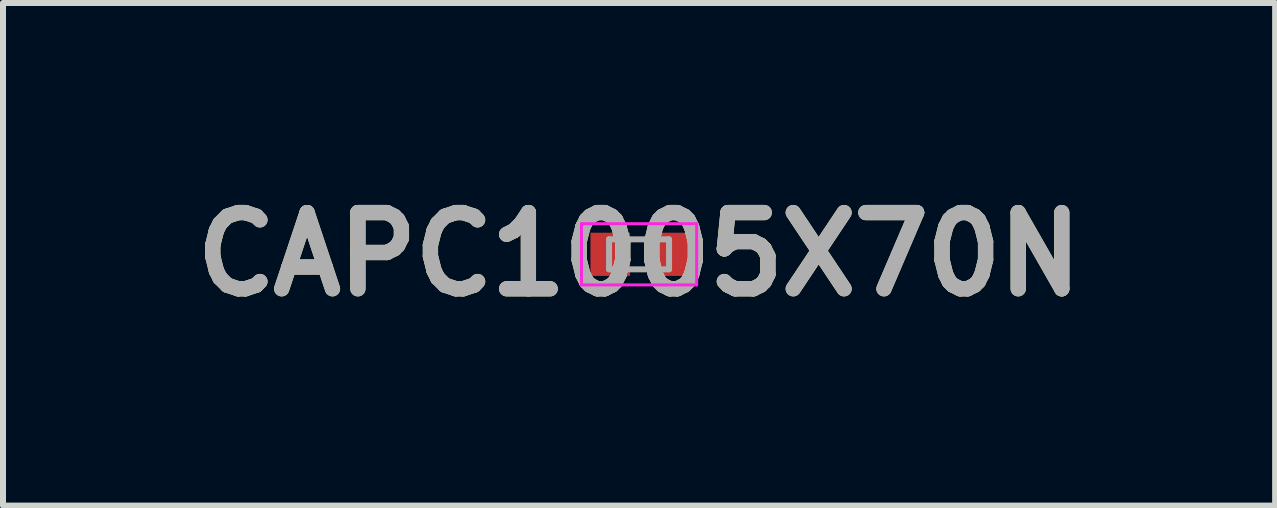
<source format=kicad_pcb>
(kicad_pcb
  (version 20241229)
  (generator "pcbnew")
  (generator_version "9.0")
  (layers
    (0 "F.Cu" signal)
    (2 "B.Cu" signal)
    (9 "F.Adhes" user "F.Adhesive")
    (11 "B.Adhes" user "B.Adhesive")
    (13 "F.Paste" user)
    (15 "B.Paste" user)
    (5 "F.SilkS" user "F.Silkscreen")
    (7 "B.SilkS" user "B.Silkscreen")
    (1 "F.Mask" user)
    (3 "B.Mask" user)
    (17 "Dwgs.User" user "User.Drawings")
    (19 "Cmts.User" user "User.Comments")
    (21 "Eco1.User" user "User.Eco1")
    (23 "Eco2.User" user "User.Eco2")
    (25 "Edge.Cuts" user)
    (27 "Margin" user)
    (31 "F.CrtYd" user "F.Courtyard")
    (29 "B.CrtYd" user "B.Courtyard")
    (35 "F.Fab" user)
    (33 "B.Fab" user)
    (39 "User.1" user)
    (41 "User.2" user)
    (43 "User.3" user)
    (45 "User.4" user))
  (footprint "CAPC1005X70N"
    (layer "F.Cu")
    (at 7.602 1.189)
    (property "Reference" "CAPC1005X70N" (at 0 0 0) (layer "F.SilkS") (effects (font (size 1.27 1.27) (thickness 0.254))))
    (attr smd)
    (fp_line (start -0.96 -0.51) (end 0.96 -0.51) (stroke (width 0.05) (type solid)) (layer "F.CrtYd"))
    (fp_line (start -0.96 0.51) (end -0.96 -0.51) (stroke (width 0.05) (type solid)) (layer "F.CrtYd"))
    (fp_line (start 0.96 -0.51) (end 0.96 0.51) (stroke (width 0.05) (type solid)) (layer "F.CrtYd"))
    (fp_line (start 0.96 0.51) (end -0.96 0.51) (stroke (width 0.05) (type solid)) (layer "F.CrtYd"))
    (fp_line (start -0.5 -0.25) (end 0.5 -0.25) (stroke (width 0.1) (type solid)) (layer "F.Fab"))
    (fp_line (start -0.5 0.25) (end -0.5 -0.25) (stroke (width 0.1) (type solid)) (layer "F.Fab"))
    (fp_line (start 0.5 -0.25) (end 0.5 0.25) (stroke (width 0.1) (type solid)) (layer "F.Fab"))
    (fp_line (start 0.5 0.25) (end -0.5 0.25) (stroke (width 0.1) (type solid)) (layer "F.Fab"))
    (fp_text user "${REFERENCE}" (at 0 0 0) (layer "F.Fab") (effects (font (size 1.27 1.27) (thickness 0.254))))
    (pad "1" smd rect (at -0.48 0) (size 0.66 0.72) (layers "F.Cu" "F.Mask" "F.Paste"))
    (pad "2" smd rect (at 0.48 0) (size 0.66 0.72) (layers "F.Cu" "F.Mask" "F.Paste")))
  (gr_rect
    (start -3 -3)
    (end 18.204 5.377)
    (stroke (width 0.1) (type default))
    (fill no)
    (layer "Edge.Cuts")))
</source>
